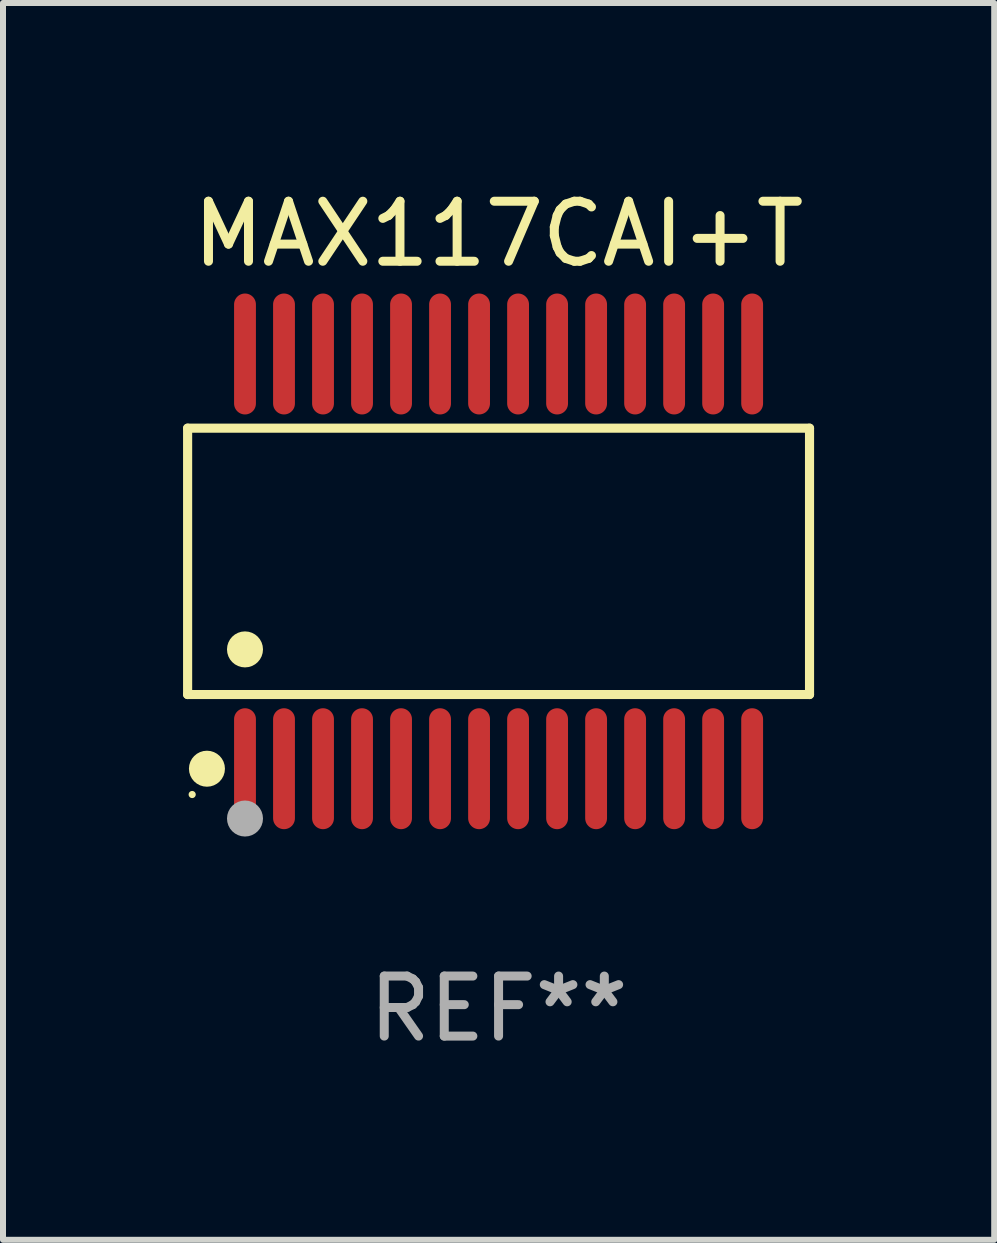
<source format=kicad_pcb>
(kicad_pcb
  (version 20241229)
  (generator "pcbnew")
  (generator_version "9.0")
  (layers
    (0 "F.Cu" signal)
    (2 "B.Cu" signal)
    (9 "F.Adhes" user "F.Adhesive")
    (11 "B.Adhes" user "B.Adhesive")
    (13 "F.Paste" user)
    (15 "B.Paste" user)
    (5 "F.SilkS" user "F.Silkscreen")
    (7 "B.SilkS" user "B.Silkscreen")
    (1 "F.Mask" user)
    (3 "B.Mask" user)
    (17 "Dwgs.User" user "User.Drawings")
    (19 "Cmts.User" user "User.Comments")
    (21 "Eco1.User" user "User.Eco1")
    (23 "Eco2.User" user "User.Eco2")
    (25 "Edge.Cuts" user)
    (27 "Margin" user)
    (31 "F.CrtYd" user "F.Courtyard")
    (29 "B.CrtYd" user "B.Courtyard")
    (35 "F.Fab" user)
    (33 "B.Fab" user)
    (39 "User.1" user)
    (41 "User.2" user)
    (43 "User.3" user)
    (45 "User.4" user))
  (footprint "MAX117CAI+T"
    (layer "F.Cu")
    (at 5.257 6.303)
    (property "Reference" "MAX117CAI+T" (at 0 -5.455 0) (layer "F.SilkS") (effects (font (size 1 1) (thickness 0.15))))
    (attr through_hole)
    (fp_line (start -5.181 -2.219) (end 5.181 -2.219) (stroke (width 0.152) (type solid)) (layer "F.SilkS"))
    (fp_line (start -5.181 2.219) (end -5.181 -2.219) (stroke (width 0.152) (type solid)) (layer "F.SilkS"))
    (fp_line (start 5.181 -2.219) (end 5.181 2.219) (stroke (width 0.152) (type solid)) (layer "F.SilkS"))
    (fp_line (start 5.181 2.219) (end -5.181 2.219) (stroke (width 0.152) (type solid)) (layer "F.SilkS"))
    (fp_circle (center -5.105 3.885) (end -5.075 3.885) (stroke (width 0.06) (type solid)) (fill no) (layer "F.SilkS"))
    (fp_circle (center -4.859 3.455) (end -4.709 3.455) (stroke (width 0.3) (type solid)) (fill no) (layer "F.SilkS"))
    (fp_circle (center -4.225 1.467) (end -4.075 1.467) (stroke (width 0.3) (type solid)) (fill no) (layer "F.SilkS"))
    (fp_circle (center -4.225 4.285) (end -4.075 4.285) (stroke (width 0.3) (type solid)) (fill no) (layer "F.Fab"))
    (fp_text user "REF**" (at 0 7.455 0) (layer "F.Fab") (effects (font (size 1 1) (thickness 0.15))))
    (pad "1" smd oval (at -4.225 3.455) (size 0.364 2.015) (layers "F.Cu" "F.Mask" "F.Paste"))
    (pad "2" smd oval (at -3.575 3.455) (size 0.364 2.015) (layers "F.Cu" "F.Mask" "F.Paste"))
    (pad "3" smd oval (at -2.925 3.455) (size 0.364 2.015) (layers "F.Cu" "F.Mask" "F.Paste"))
    (pad "4" smd oval (at -2.275 3.455) (size 0.364 2.015) (layers "F.Cu" "F.Mask" "F.Paste"))
    (pad "5" smd oval (at -1.625 3.455) (size 0.364 2.015) (layers "F.Cu" "F.Mask" "F.Paste"))
    (pad "6" smd oval (at -0.975 3.455) (size 0.364 2.015) (layers "F.Cu" "F.Mask" "F.Paste"))
    (pad "7" smd oval (at -0.325 3.455) (size 0.364 2.015) (layers "F.Cu" "F.Mask" "F.Paste"))
    (pad "8" smd oval (at 0.325 3.455) (size 0.364 2.015) (layers "F.Cu" "F.Mask" "F.Paste"))
    (pad "9" smd oval (at 0.975 3.455) (size 0.364 2.015) (layers "F.Cu" "F.Mask" "F.Paste"))
    (pad "10" smd oval (at 1.625 3.455) (size 0.364 2.015) (layers "F.Cu" "F.Mask" "F.Paste"))
    (pad "11" smd oval (at 2.275 3.455) (size 0.364 2.015) (layers "F.Cu" "F.Mask" "F.Paste"))
    (pad "12" smd oval (at 2.925 3.455) (size 0.364 2.015) (layers "F.Cu" "F.Mask" "F.Paste"))
    (pad "13" smd oval (at 3.575 3.455) (size 0.364 2.015) (layers "F.Cu" "F.Mask" "F.Paste"))
    (pad "14" smd oval (at 4.225 3.455) (size 0.364 2.015) (layers "F.Cu" "F.Mask" "F.Paste"))
    (pad "15" smd oval (at 4.225 -3.455) (size 0.364 2.015) (layers "F.Cu" "F.Mask" "F.Paste"))
    (pad "16" smd oval (at 3.575 -3.455) (size 0.364 2.015) (layers "F.Cu" "F.Mask" "F.Paste"))
    (pad "17" smd oval (at 2.925 -3.455) (size 0.364 2.015) (layers "F.Cu" "F.Mask" "F.Paste"))
    (pad "18" smd oval (at 2.275 -3.455) (size 0.364 2.015) (layers "F.Cu" "F.Mask" "F.Paste"))
    (pad "19" smd oval (at 1.625 -3.455) (size 0.364 2.015) (layers "F.Cu" "F.Mask" "F.Paste"))
    (pad "20" smd oval (at 0.975 -3.455) (size 0.364 2.015) (layers "F.Cu" "F.Mask" "F.Paste"))
    (pad "21" smd oval (at 0.325 -3.455) (size 0.364 2.015) (layers "F.Cu" "F.Mask" "F.Paste"))
    (pad "22" smd oval (at -0.325 -3.455) (size 0.364 2.015) (layers "F.Cu" "F.Mask" "F.Paste"))
    (pad "23" smd oval (at -0.975 -3.455) (size 0.364 2.015) (layers "F.Cu" "F.Mask" "F.Paste"))
    (pad "24" smd oval (at -1.625 -3.455) (size 0.364 2.015) (layers "F.Cu" "F.Mask" "F.Paste"))
    (pad "25" smd oval (at -2.275 -3.455) (size 0.364 2.015) (layers "F.Cu" "F.Mask" "F.Paste"))
    (pad "26" smd oval (at -2.925 -3.455) (size 0.364 2.015) (layers "F.Cu" "F.Mask" "F.Paste"))
    (pad "27" smd oval (at -3.575 -3.455) (size 0.364 2.015) (layers "F.Cu" "F.Mask" "F.Paste"))
    (pad "28" smd oval (at -4.225 -3.455) (size 0.364 2.015) (layers "F.Cu" "F.Mask" "F.Paste")))
  (gr_rect
    (start -3 -3)
    (end 13.515 17.607)
    (stroke (width 0.1) (type default))
    (fill no)
    (layer "Edge.Cuts")))
</source>
